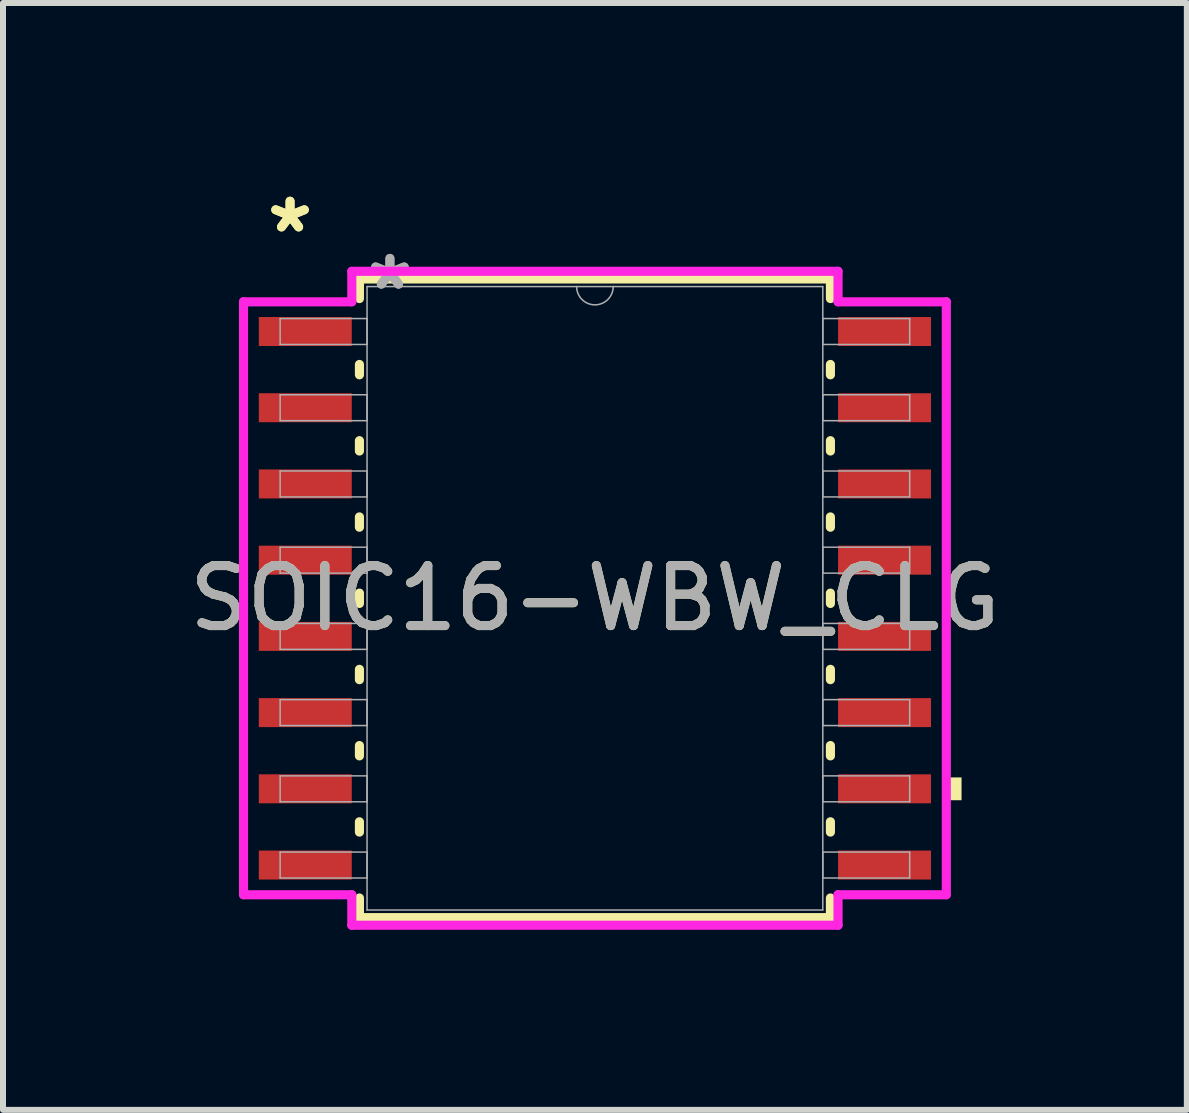
<source format=kicad_pcb>
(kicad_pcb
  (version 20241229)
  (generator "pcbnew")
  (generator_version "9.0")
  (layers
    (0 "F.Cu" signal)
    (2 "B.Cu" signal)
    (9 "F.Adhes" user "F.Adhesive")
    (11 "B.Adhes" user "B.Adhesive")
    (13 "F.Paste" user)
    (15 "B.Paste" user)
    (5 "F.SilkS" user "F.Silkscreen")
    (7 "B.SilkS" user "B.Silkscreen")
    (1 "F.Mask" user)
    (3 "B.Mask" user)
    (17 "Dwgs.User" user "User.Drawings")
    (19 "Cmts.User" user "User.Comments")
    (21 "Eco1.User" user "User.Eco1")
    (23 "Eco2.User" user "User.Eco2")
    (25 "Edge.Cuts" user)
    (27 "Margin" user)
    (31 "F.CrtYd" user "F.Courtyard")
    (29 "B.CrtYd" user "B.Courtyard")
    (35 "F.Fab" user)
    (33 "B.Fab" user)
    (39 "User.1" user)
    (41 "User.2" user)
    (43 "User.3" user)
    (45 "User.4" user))
  (footprint "SOIC16-WBW_CLG"
    (layer "F.Cu")
    (at 6.863 6.919)
    (property "Reference" "SOIC16-WBW_CLG" (at 0 0 0) (unlocked yes) (layer "F.SilkS") (effects (font (size 1 1) (thickness 0.15))))
    (attr smd)
    (fp_line (start -3.924 -5.321) (end -3.924 -4.994) (stroke (width 0.152) (type solid)) (layer "F.SilkS"))
    (fp_line (start -3.924 -3.896) (end -3.924 -3.724) (stroke (width 0.152) (type solid)) (layer "F.SilkS"))
    (fp_line (start -3.924 -2.626) (end -3.924 -2.454) (stroke (width 0.152) (type solid)) (layer "F.SilkS"))
    (fp_line (start -3.924 -1.356) (end -3.924 -1.184) (stroke (width 0.152) (type solid)) (layer "F.SilkS"))
    (fp_line (start -3.924 -0.086) (end -3.924 0.086) (stroke (width 0.152) (type solid)) (layer "F.SilkS"))
    (fp_line (start -3.924 1.184) (end -3.924 1.356) (stroke (width 0.152) (type solid)) (layer "F.SilkS"))
    (fp_line (start -3.924 2.454) (end -3.924 2.626) (stroke (width 0.152) (type solid)) (layer "F.SilkS"))
    (fp_line (start -3.924 3.724) (end -3.924 3.896) (stroke (width 0.152) (type solid)) (layer "F.SilkS"))
    (fp_line (start -3.924 4.994) (end -3.924 5.321) (stroke (width 0.152) (type solid)) (layer "F.SilkS"))
    (fp_line (start -3.924 5.321) (end 3.924 5.321) (stroke (width 0.152) (type solid)) (layer "F.SilkS"))
    (fp_line (start 3.924 -5.321) (end -3.924 -5.321) (stroke (width 0.152) (type solid)) (layer "F.SilkS"))
    (fp_line (start 3.924 -4.994) (end 3.924 -5.321) (stroke (width 0.152) (type solid)) (layer "F.SilkS"))
    (fp_line (start 3.924 -3.724) (end 3.924 -3.896) (stroke (width 0.152) (type solid)) (layer "F.SilkS"))
    (fp_line (start 3.924 -2.454) (end 3.924 -2.626) (stroke (width 0.152) (type solid)) (layer "F.SilkS"))
    (fp_line (start 3.924 -1.184) (end 3.924 -1.356) (stroke (width 0.152) (type solid)) (layer "F.SilkS"))
    (fp_line (start 3.924 0.086) (end 3.924 -0.086) (stroke (width 0.152) (type solid)) (layer "F.SilkS"))
    (fp_line (start 3.924 1.356) (end 3.924 1.184) (stroke (width 0.152) (type solid)) (layer "F.SilkS"))
    (fp_line (start 3.924 2.626) (end 3.924 2.454) (stroke (width 0.152) (type solid)) (layer "F.SilkS"))
    (fp_line (start 3.924 3.896) (end 3.924 3.724) (stroke (width 0.152) (type solid)) (layer "F.SilkS"))
    (fp_line (start 3.924 5.321) (end 3.924 4.994) (stroke (width 0.152) (type solid)) (layer "F.SilkS"))
    (fp_poly (pts (xy 6.109 2.985) (xy 6.109 3.365) (xy 5.855 3.365) (xy 5.855 2.985)) (stroke (width 0) (type solid)) (fill yes) (layer "F.SilkS"))
    (fp_line (start -5.855 -4.94) (end -4.051 -4.94) (stroke (width 0.152) (type solid)) (layer "F.CrtYd"))
    (fp_line (start -5.855 4.94) (end -5.855 -4.94) (stroke (width 0.152) (type solid)) (layer "F.CrtYd"))
    (fp_line (start -5.855 4.94) (end -4.051 4.94) (stroke (width 0.152) (type solid)) (layer "F.CrtYd"))
    (fp_line (start -4.051 -5.448) (end 4.051 -5.448) (stroke (width 0.152) (type solid)) (layer "F.CrtYd"))
    (fp_line (start -4.051 -4.94) (end -4.051 -5.448) (stroke (width 0.152) (type solid)) (layer "F.CrtYd"))
    (fp_line (start -4.051 5.448) (end -4.051 4.94) (stroke (width 0.152) (type solid)) (layer "F.CrtYd"))
    (fp_line (start 4.051 -5.448) (end 4.051 -4.94) (stroke (width 0.152) (type solid)) (layer "F.CrtYd"))
    (fp_line (start 4.051 4.94) (end 4.051 5.448) (stroke (width 0.152) (type solid)) (layer "F.CrtYd"))
    (fp_line (start 4.051 5.448) (end -4.051 5.448) (stroke (width 0.152) (type solid)) (layer "F.CrtYd"))
    (fp_line (start 5.855 -4.94) (end 4.051 -4.94) (stroke (width 0.152) (type solid)) (layer "F.CrtYd"))
    (fp_line (start 5.855 -4.94) (end 5.855 4.94) (stroke (width 0.152) (type solid)) (layer "F.CrtYd"))
    (fp_line (start 5.855 4.94) (end 4.051 4.94) (stroke (width 0.152) (type solid)) (layer "F.CrtYd"))
    (fp_line (start -5.245 -4.661) (end -5.245 -4.229) (stroke (width 0.025) (type solid)) (layer "F.Fab"))
    (fp_line (start -5.245 -4.229) (end -3.797 -4.229) (stroke (width 0.025) (type solid)) (layer "F.Fab"))
    (fp_line (start -5.245 -3.391) (end -5.245 -2.959) (stroke (width 0.025) (type solid)) (layer "F.Fab"))
    (fp_line (start -5.245 -2.959) (end -3.797 -2.959) (stroke (width 0.025) (type solid)) (layer "F.Fab"))
    (fp_line (start -5.245 -2.121) (end -5.245 -1.689) (stroke (width 0.025) (type solid)) (layer "F.Fab"))
    (fp_line (start -5.245 -1.689) (end -3.797 -1.689) (stroke (width 0.025) (type solid)) (layer "F.Fab"))
    (fp_line (start -5.245 -0.851) (end -5.245 -0.419) (stroke (width 0.025) (type solid)) (layer "F.Fab"))
    (fp_line (start -5.245 -0.419) (end -3.797 -0.419) (stroke (width 0.025) (type solid)) (layer "F.Fab"))
    (fp_line (start -5.245 0.419) (end -5.245 0.851) (stroke (width 0.025) (type solid)) (layer "F.Fab"))
    (fp_line (start -5.245 0.851) (end -3.797 0.851) (stroke (width 0.025) (type solid)) (layer "F.Fab"))
    (fp_line (start -5.245 1.689) (end -5.245 2.121) (stroke (width 0.025) (type solid)) (layer "F.Fab"))
    (fp_line (start -5.245 2.121) (end -3.797 2.121) (stroke (width 0.025) (type solid)) (layer "F.Fab"))
    (fp_line (start -5.245 2.959) (end -5.245 3.391) (stroke (width 0.025) (type solid)) (layer "F.Fab"))
    (fp_line (start -5.245 3.391) (end -3.797 3.391) (stroke (width 0.025) (type solid)) (layer "F.Fab"))
    (fp_line (start -5.245 4.229) (end -5.245 4.661) (stroke (width 0.025) (type solid)) (layer "F.Fab"))
    (fp_line (start -5.245 4.661) (end -3.797 4.661) (stroke (width 0.025) (type solid)) (layer "F.Fab"))
    (fp_line (start -3.797 -5.194) (end -3.797 5.194) (stroke (width 0.025) (type solid)) (layer "F.Fab"))
    (fp_line (start -3.797 -4.661) (end -5.245 -4.661) (stroke (width 0.025) (type solid)) (layer "F.Fab"))
    (fp_line (start -3.797 -4.229) (end -3.797 -4.661) (stroke (width 0.025) (type solid)) (layer "F.Fab"))
    (fp_line (start -3.797 -3.391) (end -5.245 -3.391) (stroke (width 0.025) (type solid)) (layer "F.Fab"))
    (fp_line (start -3.797 -2.959) (end -3.797 -3.391) (stroke (width 0.025) (type solid)) (layer "F.Fab"))
    (fp_line (start -3.797 -2.121) (end -5.245 -2.121) (stroke (width 0.025) (type solid)) (layer "F.Fab"))
    (fp_line (start -3.797 -1.689) (end -3.797 -2.121) (stroke (width 0.025) (type solid)) (layer "F.Fab"))
    (fp_line (start -3.797 -0.851) (end -5.245 -0.851) (stroke (width 0.025) (type solid)) (layer "F.Fab"))
    (fp_line (start -3.797 -0.419) (end -3.797 -0.851) (stroke (width 0.025) (type solid)) (layer "F.Fab"))
    (fp_line (start -3.797 0.419) (end -5.245 0.419) (stroke (width 0.025) (type solid)) (layer "F.Fab"))
    (fp_line (start -3.797 0.851) (end -3.797 0.419) (stroke (width 0.025) (type solid)) (layer "F.Fab"))
    (fp_line (start -3.797 1.689) (end -5.245 1.689) (stroke (width 0.025) (type solid)) (layer "F.Fab"))
    (fp_line (start -3.797 2.121) (end -3.797 1.689) (stroke (width 0.025) (type solid)) (layer "F.Fab"))
    (fp_line (start -3.797 2.959) (end -5.245 2.959) (stroke (width 0.025) (type solid)) (layer "F.Fab"))
    (fp_line (start -3.797 3.391) (end -3.797 2.959) (stroke (width 0.025) (type solid)) (layer "F.Fab"))
    (fp_line (start -3.797 4.229) (end -5.245 4.229) (stroke (width 0.025) (type solid)) (layer "F.Fab"))
    (fp_line (start -3.797 4.661) (end -3.797 4.229) (stroke (width 0.025) (type solid)) (layer "F.Fab"))
    (fp_line (start -3.797 5.194) (end 3.797 5.194) (stroke (width 0.025) (type solid)) (layer "F.Fab"))
    (fp_line (start 3.797 -5.194) (end -3.797 -5.194) (stroke (width 0.025) (type solid)) (layer "F.Fab"))
    (fp_line (start 3.797 -4.661) (end 3.797 -4.229) (stroke (width 0.025) (type solid)) (layer "F.Fab"))
    (fp_line (start 3.797 -4.229) (end 5.245 -4.229) (stroke (width 0.025) (type solid)) (layer "F.Fab"))
    (fp_line (start 3.797 -3.391) (end 3.797 -2.959) (stroke (width 0.025) (type solid)) (layer "F.Fab"))
    (fp_line (start 3.797 -2.959) (end 5.245 -2.959) (stroke (width 0.025) (type solid)) (layer "F.Fab"))
    (fp_line (start 3.797 -2.121) (end 3.797 -1.689) (stroke (width 0.025) (type solid)) (layer "F.Fab"))
    (fp_line (start 3.797 -1.689) (end 5.245 -1.689) (stroke (width 0.025) (type solid)) (layer "F.Fab"))
    (fp_line (start 3.797 -0.851) (end 3.797 -0.419) (stroke (width 0.025) (type solid)) (layer "F.Fab"))
    (fp_line (start 3.797 -0.419) (end 5.245 -0.419) (stroke (width 0.025) (type solid)) (layer "F.Fab"))
    (fp_line (start 3.797 0.419) (end 3.797 0.851) (stroke (width 0.025) (type solid)) (layer "F.Fab"))
    (fp_line (start 3.797 0.851) (end 5.245 0.851) (stroke (width 0.025) (type solid)) (layer "F.Fab"))
    (fp_line (start 3.797 1.689) (end 3.797 2.121) (stroke (width 0.025) (type solid)) (layer "F.Fab"))
    (fp_line (start 3.797 2.121) (end 5.245 2.121) (stroke (width 0.025) (type solid)) (layer "F.Fab"))
    (fp_line (start 3.797 2.959) (end 3.797 3.391) (stroke (width 0.025) (type solid)) (layer "F.Fab"))
    (fp_line (start 3.797 3.391) (end 5.245 3.391) (stroke (width 0.025) (type solid)) (layer "F.Fab"))
    (fp_line (start 3.797 4.229) (end 3.797 4.661) (stroke (width 0.025) (type solid)) (layer "F.Fab"))
    (fp_line (start 3.797 4.661) (end 5.245 4.661) (stroke (width 0.025) (type solid)) (layer "F.Fab"))
    (fp_line (start 3.797 5.194) (end 3.797 -5.194) (stroke (width 0.025) (type solid)) (layer "F.Fab"))
    (fp_line (start 5.245 -4.661) (end 3.797 -4.661) (stroke (width 0.025) (type solid)) (layer "F.Fab"))
    (fp_line (start 5.245 -4.229) (end 5.245 -4.661) (stroke (width 0.025) (type solid)) (layer "F.Fab"))
    (fp_line (start 5.245 -3.391) (end 3.797 -3.391) (stroke (width 0.025) (type solid)) (layer "F.Fab"))
    (fp_line (start 5.245 -2.959) (end 5.245 -3.391) (stroke (width 0.025) (type solid)) (layer "F.Fab"))
    (fp_line (start 5.245 -2.121) (end 3.797 -2.121) (stroke (width 0.025) (type solid)) (layer "F.Fab"))
    (fp_line (start 5.245 -1.689) (end 5.245 -2.121) (stroke (width 0.025) (type solid)) (layer "F.Fab"))
    (fp_line (start 5.245 -0.851) (end 3.797 -0.851) (stroke (width 0.025) (type solid)) (layer "F.Fab"))
    (fp_line (start 5.245 -0.419) (end 5.245 -0.851) (stroke (width 0.025) (type solid)) (layer "F.Fab"))
    (fp_line (start 5.245 0.419) (end 3.797 0.419) (stroke (width 0.025) (type solid)) (layer "F.Fab"))
    (fp_line (start 5.245 0.851) (end 5.245 0.419) (stroke (width 0.025) (type solid)) (layer "F.Fab"))
    (fp_line (start 5.245 1.689) (end 3.797 1.689) (stroke (width 0.025) (type solid)) (layer "F.Fab"))
    (fp_line (start 5.245 2.121) (end 5.245 1.689) (stroke (width 0.025) (type solid)) (layer "F.Fab"))
    (fp_line (start 5.245 2.959) (end 3.797 2.959) (stroke (width 0.025) (type solid)) (layer "F.Fab"))
    (fp_line (start 5.245 3.391) (end 5.245 2.959) (stroke (width 0.025) (type solid)) (layer "F.Fab"))
    (fp_line (start 5.245 4.229) (end 3.797 4.229) (stroke (width 0.025) (type solid)) (layer "F.Fab"))
    (fp_line (start 5.245 4.661) (end 5.245 4.229) (stroke (width 0.025) (type solid)) (layer "F.Fab"))
    (fp_arc (start 0.3048 -5.1943) (mid 0 -4.8895) (end -0.3048 -5.1943) (stroke (width 0.0254) (type solid)) (layer "F.Fab"))
    (fp_text user "*" (at -5.08 -6.071 0) (unlocked yes) (layer "F.SilkS") (effects (font (size 1 1) (thickness 0.15))))
    (fp_text user "*" (at -5.08 -6.071 0) (layer "F.SilkS") (effects (font (size 1 1) (thickness 0.15))))
    (fp_text user "*" (at -3.416 -5.118 0) (unlocked yes) (layer "F.Fab") (effects (font (size 1 1) (thickness 0.15))))
    (fp_text user "${REFERENCE}" (at 0 0 0) (unlocked yes) (layer "F.Fab") (effects (font (size 1 1) (thickness 0.15))))
    (fp_text user "*" (at -3.416 -5.118 0) (layer "F.Fab") (effects (font (size 1 1) (thickness 0.15))))
    (pad "1" smd rect (at -4.826 -4.445) (size 1.549 0.483) (layers "F.Cu" "F.Mask" "F.Paste"))
    (pad "2" smd rect (at -4.826 -3.175) (size 1.549 0.483) (layers "F.Cu" "F.Mask" "F.Paste"))
    (pad "3" smd rect (at -4.826 -1.905) (size 1.549 0.483) (layers "F.Cu" "F.Mask" "F.Paste"))
    (pad "4" smd rect (at -4.826 -0.635) (size 1.549 0.483) (layers "F.Cu" "F.Mask" "F.Paste"))
    (pad "5" smd rect (at -4.826 0.635) (size 1.549 0.483) (layers "F.Cu" "F.Mask" "F.Paste"))
    (pad "6" smd rect (at -4.826 1.905) (size 1.549 0.483) (layers "F.Cu" "F.Mask" "F.Paste"))
    (pad "7" smd rect (at -4.826 3.175) (size 1.549 0.483) (layers "F.Cu" "F.Mask" "F.Paste"))
    (pad "8" smd rect (at -4.826 4.445) (size 1.549 0.483) (layers "F.Cu" "F.Mask" "F.Paste"))
    (pad "9" smd rect (at 4.826 4.445) (size 1.549 0.483) (layers "F.Cu" "F.Mask" "F.Paste"))
    (pad "10" smd rect (at 4.826 3.175) (size 1.549 0.483) (layers "F.Cu" "F.Mask" "F.Paste"))
    (pad "11" smd rect (at 4.826 1.905) (size 1.549 0.483) (layers "F.Cu" "F.Mask" "F.Paste"))
    (pad "12" smd rect (at 4.826 0.635) (size 1.549 0.483) (layers "F.Cu" "F.Mask" "F.Paste"))
    (pad "13" smd rect (at 4.826 -0.635) (size 1.549 0.483) (layers "F.Cu" "F.Mask" "F.Paste"))
    (pad "14" smd rect (at 4.826 -1.905) (size 1.549 0.483) (layers "F.Cu" "F.Mask" "F.Paste"))
    (pad "15" smd rect (at 4.826 -3.175) (size 1.549 0.483) (layers "F.Cu" "F.Mask" "F.Paste"))
    (pad "16" smd rect (at 4.826 -4.445) (size 1.549 0.483) (layers "F.Cu" "F.Mask" "F.Paste")))
  (gr_rect
    (start -3 -3)
    (end 16.726 15.443)
    (stroke (width 0.1) (type default))
    (fill no)
    (layer "Edge.Cuts")))
</source>
